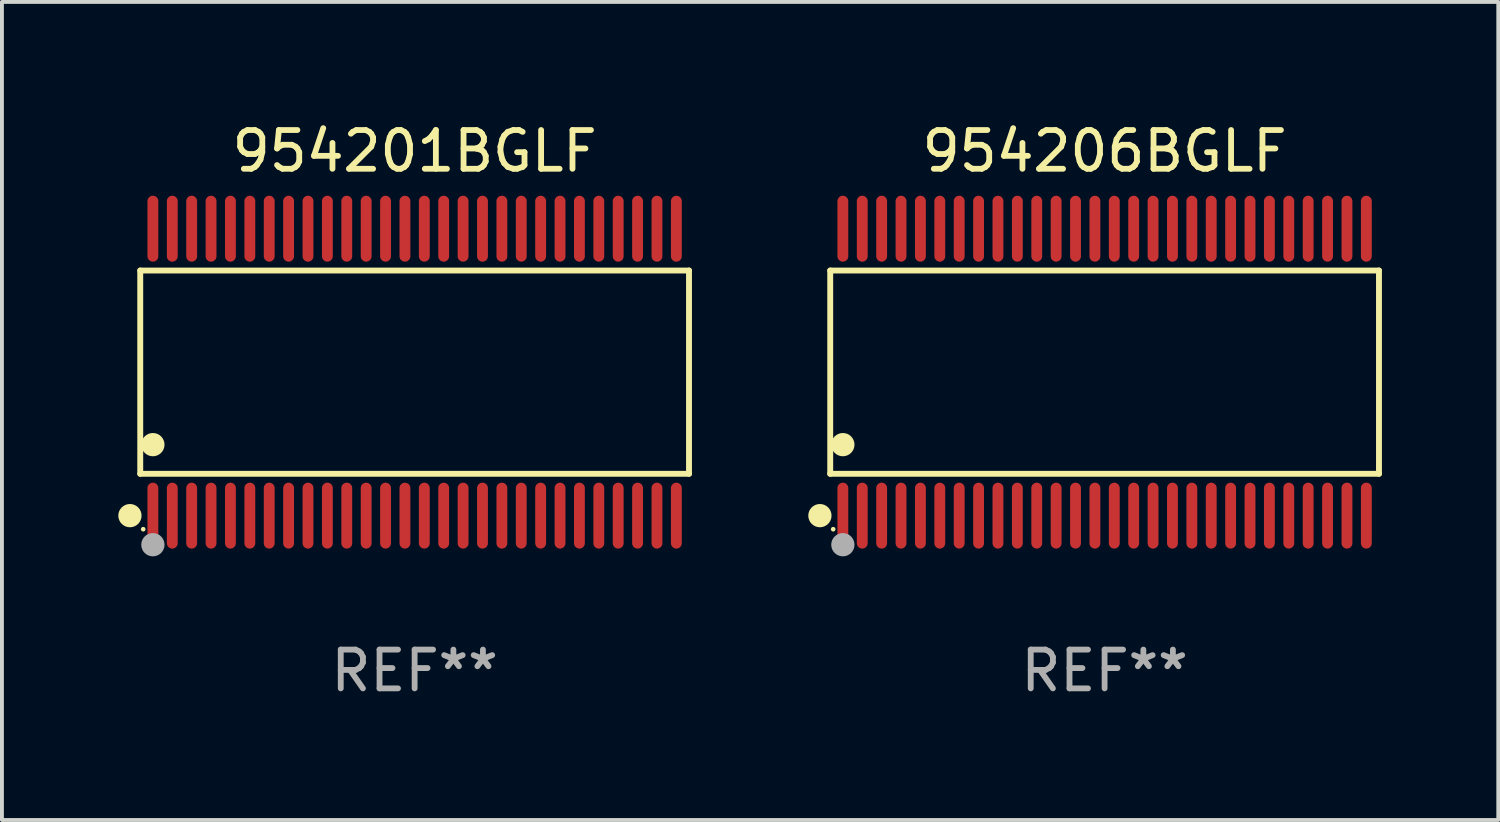
<source format=kicad_pcb>
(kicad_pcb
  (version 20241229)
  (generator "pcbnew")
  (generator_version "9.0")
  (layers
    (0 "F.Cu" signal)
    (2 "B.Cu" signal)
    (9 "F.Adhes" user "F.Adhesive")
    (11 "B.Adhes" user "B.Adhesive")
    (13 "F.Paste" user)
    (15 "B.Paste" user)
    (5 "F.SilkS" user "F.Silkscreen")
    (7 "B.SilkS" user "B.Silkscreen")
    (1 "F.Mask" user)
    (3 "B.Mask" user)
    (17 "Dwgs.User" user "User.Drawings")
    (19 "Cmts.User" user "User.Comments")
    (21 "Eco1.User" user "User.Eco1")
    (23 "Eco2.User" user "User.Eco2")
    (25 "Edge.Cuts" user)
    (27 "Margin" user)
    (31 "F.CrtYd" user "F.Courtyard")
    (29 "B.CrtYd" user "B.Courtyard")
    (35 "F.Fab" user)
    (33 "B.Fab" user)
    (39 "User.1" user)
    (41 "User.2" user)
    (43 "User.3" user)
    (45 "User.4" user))
  (footprint "954206BGLF"
    (layer "F.Cu")
    (at 25.437 6.548)
    (property "Reference" "954206BGLF" (at 0 -5.7 0) (layer "F.SilkS") (effects (font (size 1 1) (thickness 0.15))))
    (attr through_hole)
    (fp_line (start -7.076 -2.621) (end 7.076 -2.621) (stroke (width 0.152) (type solid)) (layer "F.SilkS"))
    (fp_line (start -7.076 2.621) (end -7.076 -2.621) (stroke (width 0.152) (type solid)) (layer "F.SilkS"))
    (fp_line (start 7.076 -2.621) (end 7.076 2.621) (stroke (width 0.152) (type solid)) (layer "F.SilkS"))
    (fp_line (start 7.076 2.621) (end -7.076 2.621) (stroke (width 0.152) (type solid)) (layer "F.SilkS"))
    (fp_circle (center -7.342 3.7) (end -7.192 3.7) (stroke (width 0.3) (type solid)) (fill no) (layer "F.SilkS"))
    (fp_circle (center -7 4.05) (end -6.97 4.05) (stroke (width 0.06) (type solid)) (fill no) (layer "F.SilkS"))
    (fp_circle (center -6.75 1.869) (end -6.6 1.869) (stroke (width 0.3) (type solid)) (fill no) (layer "F.SilkS"))
    (fp_circle (center -6.75 4.45) (end -6.6 4.45) (stroke (width 0.3) (type solid)) (fill no) (layer "F.Fab"))
    (fp_text user "REF**" (at 0 7.7 0) (layer "F.Fab") (effects (font (size 1 1) (thickness 0.15))))
    (pad "1" smd oval (at -6.75 3.7) (size 0.28 1.7) (layers "F.Cu" "F.Mask" "F.Paste"))
    (pad "2" smd oval (at -6.25 3.7) (size 0.28 1.7) (layers "F.Cu" "F.Mask" "F.Paste"))
    (pad "3" smd oval (at -5.75 3.7) (size 0.28 1.7) (layers "F.Cu" "F.Mask" "F.Paste"))
    (pad "4" smd oval (at -5.25 3.7) (size 0.28 1.7) (layers "F.Cu" "F.Mask" "F.Paste"))
    (pad "5" smd oval (at -4.75 3.7) (size 0.28 1.7) (layers "F.Cu" "F.Mask" "F.Paste"))
    (pad "6" smd oval (at -4.25 3.7) (size 0.28 1.7) (layers "F.Cu" "F.Mask" "F.Paste"))
    (pad "7" smd oval (at -3.75 3.7) (size 0.28 1.7) (layers "F.Cu" "F.Mask" "F.Paste"))
    (pad "8" smd oval (at -3.25 3.7) (size 0.28 1.7) (layers "F.Cu" "F.Mask" "F.Paste"))
    (pad "9" smd oval (at -2.75 3.7) (size 0.28 1.7) (layers "F.Cu" "F.Mask" "F.Paste"))
    (pad "10" smd oval (at -2.25 3.7) (size 0.28 1.7) (layers "F.Cu" "F.Mask" "F.Paste"))
    (pad "11" smd oval (at -1.75 3.7) (size 0.28 1.7) (layers "F.Cu" "F.Mask" "F.Paste"))
    (pad "12" smd oval (at -1.25 3.7) (size 0.28 1.7) (layers "F.Cu" "F.Mask" "F.Paste"))
    (pad "13" smd oval (at -0.75 3.7) (size 0.28 1.7) (layers "F.Cu" "F.Mask" "F.Paste"))
    (pad "14" smd oval (at -0.25 3.7) (size 0.28 1.7) (layers "F.Cu" "F.Mask" "F.Paste"))
    (pad "15" smd oval (at 0.25 3.7) (size 0.28 1.7) (layers "F.Cu" "F.Mask" "F.Paste"))
    (pad "16" smd oval (at 0.75 3.7) (size 0.28 1.7) (layers "F.Cu" "F.Mask" "F.Paste"))
    (pad "17" smd oval (at 1.25 3.7) (size 0.28 1.7) (layers "F.Cu" "F.Mask" "F.Paste"))
    (pad "18" smd oval (at 1.75 3.7) (size 0.28 1.7) (layers "F.Cu" "F.Mask" "F.Paste"))
    (pad "19" smd oval (at 2.25 3.7) (size 0.28 1.7) (layers "F.Cu" "F.Mask" "F.Paste"))
    (pad "20" smd oval (at 2.75 3.7) (size 0.28 1.7) (layers "F.Cu" "F.Mask" "F.Paste"))
    (pad "21" smd oval (at 3.25 3.7) (size 0.28 1.7) (layers "F.Cu" "F.Mask" "F.Paste"))
    (pad "22" smd oval (at 3.75 3.7) (size 0.28 1.7) (layers "F.Cu" "F.Mask" "F.Paste"))
    (pad "23" smd oval (at 4.25 3.7) (size 0.28 1.7) (layers "F.Cu" "F.Mask" "F.Paste"))
    (pad "24" smd oval (at 4.75 3.7) (size 0.28 1.7) (layers "F.Cu" "F.Mask" "F.Paste"))
    (pad "25" smd oval (at 5.25 3.7) (size 0.28 1.7) (layers "F.Cu" "F.Mask" "F.Paste"))
    (pad "26" smd oval (at 5.75 3.7) (size 0.28 1.7) (layers "F.Cu" "F.Mask" "F.Paste"))
    (pad "27" smd oval (at 6.25 3.7) (size 0.28 1.7) (layers "F.Cu" "F.Mask" "F.Paste"))
    (pad "28" smd oval (at 6.75 3.7) (size 0.28 1.7) (layers "F.Cu" "F.Mask" "F.Paste"))
    (pad "29" smd oval (at 6.75 -3.7) (size 0.28 1.7) (layers "F.Cu" "F.Mask" "F.Paste"))
    (pad "30" smd oval (at 6.25 -3.7) (size 0.28 1.7) (layers "F.Cu" "F.Mask" "F.Paste"))
    (pad "31" smd oval (at 5.75 -3.7) (size 0.28 1.7) (layers "F.Cu" "F.Mask" "F.Paste"))
    (pad "32" smd oval (at 5.25 -3.7) (size 0.28 1.7) (layers "F.Cu" "F.Mask" "F.Paste"))
    (pad "33" smd oval (at 4.75 -3.7) (size 0.28 1.7) (layers "F.Cu" "F.Mask" "F.Paste"))
    (pad "34" smd oval (at 4.25 -3.7) (size 0.28 1.7) (layers "F.Cu" "F.Mask" "F.Paste"))
    (pad "35" smd oval (at 3.75 -3.7) (size 0.28 1.7) (layers "F.Cu" "F.Mask" "F.Paste"))
    (pad "36" smd oval (at 3.25 -3.7) (size 0.28 1.7) (layers "F.Cu" "F.Mask" "F.Paste"))
    (pad "37" smd oval (at 2.75 -3.7) (size 0.28 1.7) (layers "F.Cu" "F.Mask" "F.Paste"))
    (pad "38" smd oval (at 2.25 -3.7) (size 0.28 1.7) (layers "F.Cu" "F.Mask" "F.Paste"))
    (pad "39" smd oval (at 1.75 -3.7) (size 0.28 1.7) (layers "F.Cu" "F.Mask" "F.Paste"))
    (pad "40" smd oval (at 1.25 -3.7) (size 0.28 1.7) (layers "F.Cu" "F.Mask" "F.Paste"))
    (pad "41" smd oval (at 0.75 -3.7) (size 0.28 1.7) (layers "F.Cu" "F.Mask" "F.Paste"))
    (pad "42" smd oval (at 0.25 -3.7) (size 0.28 1.7) (layers "F.Cu" "F.Mask" "F.Paste"))
    (pad "43" smd oval (at -0.25 -3.7) (size 0.28 1.7) (layers "F.Cu" "F.Mask" "F.Paste"))
    (pad "44" smd oval (at -0.75 -3.7) (size 0.28 1.7) (layers "F.Cu" "F.Mask" "F.Paste"))
    (pad "45" smd oval (at -1.25 -3.7) (size 0.28 1.7) (layers "F.Cu" "F.Mask" "F.Paste"))
    (pad "46" smd oval (at -1.75 -3.7) (size 0.28 1.7) (layers "F.Cu" "F.Mask" "F.Paste"))
    (pad "47" smd oval (at -2.25 -3.7) (size 0.28 1.7) (layers "F.Cu" "F.Mask" "F.Paste"))
    (pad "48" smd oval (at -2.75 -3.7) (size 0.28 1.7) (layers "F.Cu" "F.Mask" "F.Paste"))
    (pad "49" smd oval (at -3.25 -3.7) (size 0.28 1.7) (layers "F.Cu" "F.Mask" "F.Paste"))
    (pad "50" smd oval (at -3.75 -3.7) (size 0.28 1.7) (layers "F.Cu" "F.Mask" "F.Paste"))
    (pad "51" smd oval (at -4.25 -3.7) (size 0.28 1.7) (layers "F.Cu" "F.Mask" "F.Paste"))
    (pad "52" smd oval (at -4.75 -3.7) (size 0.28 1.7) (layers "F.Cu" "F.Mask" "F.Paste"))
    (pad "53" smd oval (at -5.25 -3.7) (size 0.28 1.7) (layers "F.Cu" "F.Mask" "F.Paste"))
    (pad "54" smd oval (at -5.75 -3.7) (size 0.28 1.7) (layers "F.Cu" "F.Mask" "F.Paste"))
    (pad "55" smd oval (at -6.25 -3.7) (size 0.28 1.7) (layers "F.Cu" "F.Mask" "F.Paste"))
    (pad "56" smd oval (at -6.75 -3.7) (size 0.28 1.7) (layers "F.Cu" "F.Mask" "F.Paste")))
  (footprint "954201BGLF"
    (layer "F.Cu")
    (at 7.643 6.548)
    (property "Reference" "954201BGLF" (at 0 -5.7 0) (layer "F.SilkS") (effects (font (size 1 1) (thickness 0.15))))
    (attr through_hole)
    (fp_line (start -7.076 -2.621) (end 7.076 -2.621) (stroke (width 0.152) (type solid)) (layer "F.SilkS"))
    (fp_line (start -7.076 2.621) (end -7.076 -2.621) (stroke (width 0.152) (type solid)) (layer "F.SilkS"))
    (fp_line (start 7.076 -2.621) (end 7.076 2.621) (stroke (width 0.152) (type solid)) (layer "F.SilkS"))
    (fp_line (start 7.076 2.621) (end -7.076 2.621) (stroke (width 0.152) (type solid)) (layer "F.SilkS"))
    (fp_circle (center -7.342 3.7) (end -7.192 3.7) (stroke (width 0.3) (type solid)) (fill no) (layer "F.SilkS"))
    (fp_circle (center -7 4.05) (end -6.97 4.05) (stroke (width 0.06) (type solid)) (fill no) (layer "F.SilkS"))
    (fp_circle (center -6.75 1.869) (end -6.6 1.869) (stroke (width 0.3) (type solid)) (fill no) (layer "F.SilkS"))
    (fp_circle (center -6.75 4.45) (end -6.6 4.45) (stroke (width 0.3) (type solid)) (fill no) (layer "F.Fab"))
    (fp_text user "REF**" (at 0 7.7 0) (layer "F.Fab") (effects (font (size 1 1) (thickness 0.15))))
    (pad "1" smd oval (at -6.75 3.7) (size 0.28 1.7) (layers "F.Cu" "F.Mask" "F.Paste"))
    (pad "2" smd oval (at -6.25 3.7) (size 0.28 1.7) (layers "F.Cu" "F.Mask" "F.Paste"))
    (pad "3" smd oval (at -5.75 3.7) (size 0.28 1.7) (layers "F.Cu" "F.Mask" "F.Paste"))
    (pad "4" smd oval (at -5.25 3.7) (size 0.28 1.7) (layers "F.Cu" "F.Mask" "F.Paste"))
    (pad "5" smd oval (at -4.75 3.7) (size 0.28 1.7) (layers "F.Cu" "F.Mask" "F.Paste"))
    (pad "6" smd oval (at -4.25 3.7) (size 0.28 1.7) (layers "F.Cu" "F.Mask" "F.Paste"))
    (pad "7" smd oval (at -3.75 3.7) (size 0.28 1.7) (layers "F.Cu" "F.Mask" "F.Paste"))
    (pad "8" smd oval (at -3.25 3.7) (size 0.28 1.7) (layers "F.Cu" "F.Mask" "F.Paste"))
    (pad "9" smd oval (at -2.75 3.7) (size 0.28 1.7) (layers "F.Cu" "F.Mask" "F.Paste"))
    (pad "10" smd oval (at -2.25 3.7) (size 0.28 1.7) (layers "F.Cu" "F.Mask" "F.Paste"))
    (pad "11" smd oval (at -1.75 3.7) (size 0.28 1.7) (layers "F.Cu" "F.Mask" "F.Paste"))
    (pad "12" smd oval (at -1.25 3.7) (size 0.28 1.7) (layers "F.Cu" "F.Mask" "F.Paste"))
    (pad "13" smd oval (at -0.75 3.7) (size 0.28 1.7) (layers "F.Cu" "F.Mask" "F.Paste"))
    (pad "14" smd oval (at -0.25 3.7) (size 0.28 1.7) (layers "F.Cu" "F.Mask" "F.Paste"))
    (pad "15" smd oval (at 0.25 3.7) (size 0.28 1.7) (layers "F.Cu" "F.Mask" "F.Paste"))
    (pad "16" smd oval (at 0.75 3.7) (size 0.28 1.7) (layers "F.Cu" "F.Mask" "F.Paste"))
    (pad "17" smd oval (at 1.25 3.7) (size 0.28 1.7) (layers "F.Cu" "F.Mask" "F.Paste"))
    (pad "18" smd oval (at 1.75 3.7) (size 0.28 1.7) (layers "F.Cu" "F.Mask" "F.Paste"))
    (pad "19" smd oval (at 2.25 3.7) (size 0.28 1.7) (layers "F.Cu" "F.Mask" "F.Paste"))
    (pad "20" smd oval (at 2.75 3.7) (size 0.28 1.7) (layers "F.Cu" "F.Mask" "F.Paste"))
    (pad "21" smd oval (at 3.25 3.7) (size 0.28 1.7) (layers "F.Cu" "F.Mask" "F.Paste"))
    (pad "22" smd oval (at 3.75 3.7) (size 0.28 1.7) (layers "F.Cu" "F.Mask" "F.Paste"))
    (pad "23" smd oval (at 4.25 3.7) (size 0.28 1.7) (layers "F.Cu" "F.Mask" "F.Paste"))
    (pad "24" smd oval (at 4.75 3.7) (size 0.28 1.7) (layers "F.Cu" "F.Mask" "F.Paste"))
    (pad "25" smd oval (at 5.25 3.7) (size 0.28 1.7) (layers "F.Cu" "F.Mask" "F.Paste"))
    (pad "26" smd oval (at 5.75 3.7) (size 0.28 1.7) (layers "F.Cu" "F.Mask" "F.Paste"))
    (pad "27" smd oval (at 6.25 3.7) (size 0.28 1.7) (layers "F.Cu" "F.Mask" "F.Paste"))
    (pad "28" smd oval (at 6.75 3.7) (size 0.28 1.7) (layers "F.Cu" "F.Mask" "F.Paste"))
    (pad "29" smd oval (at 6.75 -3.7) (size 0.28 1.7) (layers "F.Cu" "F.Mask" "F.Paste"))
    (pad "30" smd oval (at 6.25 -3.7) (size 0.28 1.7) (layers "F.Cu" "F.Mask" "F.Paste"))
    (pad "31" smd oval (at 5.75 -3.7) (size 0.28 1.7) (layers "F.Cu" "F.Mask" "F.Paste"))
    (pad "32" smd oval (at 5.25 -3.7) (size 0.28 1.7) (layers "F.Cu" "F.Mask" "F.Paste"))
    (pad "33" smd oval (at 4.75 -3.7) (size 0.28 1.7) (layers "F.Cu" "F.Mask" "F.Paste"))
    (pad "34" smd oval (at 4.25 -3.7) (size 0.28 1.7) (layers "F.Cu" "F.Mask" "F.Paste"))
    (pad "35" smd oval (at 3.75 -3.7) (size 0.28 1.7) (layers "F.Cu" "F.Mask" "F.Paste"))
    (pad "36" smd oval (at 3.25 -3.7) (size 0.28 1.7) (layers "F.Cu" "F.Mask" "F.Paste"))
    (pad "37" smd oval (at 2.75 -3.7) (size 0.28 1.7) (layers "F.Cu" "F.Mask" "F.Paste"))
    (pad "38" smd oval (at 2.25 -3.7) (size 0.28 1.7) (layers "F.Cu" "F.Mask" "F.Paste"))
    (pad "39" smd oval (at 1.75 -3.7) (size 0.28 1.7) (layers "F.Cu" "F.Mask" "F.Paste"))
    (pad "40" smd oval (at 1.25 -3.7) (size 0.28 1.7) (layers "F.Cu" "F.Mask" "F.Paste"))
    (pad "41" smd oval (at 0.75 -3.7) (size 0.28 1.7) (layers "F.Cu" "F.Mask" "F.Paste"))
    (pad "42" smd oval (at 0.25 -3.7) (size 0.28 1.7) (layers "F.Cu" "F.Mask" "F.Paste"))
    (pad "43" smd oval (at -0.25 -3.7) (size 0.28 1.7) (layers "F.Cu" "F.Mask" "F.Paste"))
    (pad "44" smd oval (at -0.75 -3.7) (size 0.28 1.7) (layers "F.Cu" "F.Mask" "F.Paste"))
    (pad "45" smd oval (at -1.25 -3.7) (size 0.28 1.7) (layers "F.Cu" "F.Mask" "F.Paste"))
    (pad "46" smd oval (at -1.75 -3.7) (size 0.28 1.7) (layers "F.Cu" "F.Mask" "F.Paste"))
    (pad "47" smd oval (at -2.25 -3.7) (size 0.28 1.7) (layers "F.Cu" "F.Mask" "F.Paste"))
    (pad "48" smd oval (at -2.75 -3.7) (size 0.28 1.7) (layers "F.Cu" "F.Mask" "F.Paste"))
    (pad "49" smd oval (at -3.25 -3.7) (size 0.28 1.7) (layers "F.Cu" "F.Mask" "F.Paste"))
    (pad "50" smd oval (at -3.75 -3.7) (size 0.28 1.7) (layers "F.Cu" "F.Mask" "F.Paste"))
    (pad "51" smd oval (at -4.25 -3.7) (size 0.28 1.7) (layers "F.Cu" "F.Mask" "F.Paste"))
    (pad "52" smd oval (at -4.75 -3.7) (size 0.28 1.7) (layers "F.Cu" "F.Mask" "F.Paste"))
    (pad "53" smd oval (at -5.25 -3.7) (size 0.28 1.7) (layers "F.Cu" "F.Mask" "F.Paste"))
    (pad "54" smd oval (at -5.75 -3.7) (size 0.28 1.7) (layers "F.Cu" "F.Mask" "F.Paste"))
    (pad "55" smd oval (at -6.25 -3.7) (size 0.28 1.7) (layers "F.Cu" "F.Mask" "F.Paste"))
    (pad "56" smd oval (at -6.75 -3.7) (size 0.28 1.7) (layers "F.Cu" "F.Mask" "F.Paste")))
  (gr_rect
    (start -3 -3)
    (end 35.59 18.097)
    (stroke (width 0.1) (type default))
    (fill no)
    (layer "Edge.Cuts")))
</source>
